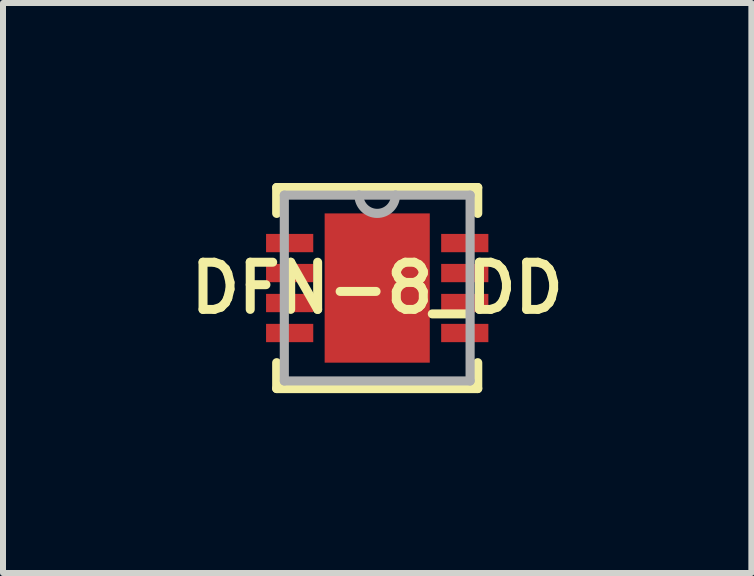
<source format=kicad_pcb>
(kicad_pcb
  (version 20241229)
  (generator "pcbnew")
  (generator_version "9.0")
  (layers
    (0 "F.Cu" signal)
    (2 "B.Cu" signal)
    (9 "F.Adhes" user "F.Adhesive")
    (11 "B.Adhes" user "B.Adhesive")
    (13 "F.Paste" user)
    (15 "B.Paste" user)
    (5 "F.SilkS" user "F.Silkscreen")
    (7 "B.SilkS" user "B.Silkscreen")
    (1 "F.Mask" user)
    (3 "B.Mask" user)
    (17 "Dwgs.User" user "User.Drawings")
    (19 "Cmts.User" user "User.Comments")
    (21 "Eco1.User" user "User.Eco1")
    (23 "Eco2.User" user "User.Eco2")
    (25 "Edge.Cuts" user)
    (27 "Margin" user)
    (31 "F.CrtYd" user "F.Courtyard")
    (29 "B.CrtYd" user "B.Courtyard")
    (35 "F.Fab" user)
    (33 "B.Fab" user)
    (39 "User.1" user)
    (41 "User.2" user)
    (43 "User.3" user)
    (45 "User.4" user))
  (footprint "DFN-8_DD"
    (layer "F.Cu")
    (at 3.24 1.753)
    (property "Reference" "DFN-8_DD" (at 0 0 0) (layer "F.SilkS") (effects (font (size 0.787 0.787) (thickness 0.15))))
    (attr smd)
    (fp_line (start -1.676 -1.676) (end -1.676 -1.245) (stroke (width 0.152) (type solid)) (layer "F.SilkS"))
    (fp_line (start -1.676 1.245) (end -1.676 1.676) (stroke (width 0.152) (type solid)) (layer "F.SilkS"))
    (fp_line (start -1.676 1.676) (end 1.676 1.676) (stroke (width 0.152) (type solid)) (layer "F.SilkS"))
    (fp_line (start 1.676 -1.676) (end -1.676 -1.676) (stroke (width 0.152) (type solid)) (layer "F.SilkS"))
    (fp_line (start 1.676 -1.245) (end 1.676 -1.676) (stroke (width 0.152) (type solid)) (layer "F.SilkS"))
    (fp_line (start 1.676 1.676) (end 1.676 1.245) (stroke (width 0.152) (type solid)) (layer "F.SilkS"))
    (fp_poly (pts (xy -0.876 -1.245) (xy -0.876 1.245) (xy 0.876 1.245) (xy 0.876 -1.245)) (stroke (width 0.025) (type solid)) (fill yes) (layer "F.Paste"))
    (fp_line (start -1.549 -1.549) (end -1.549 1.549) (stroke (width 0.152) (type solid)) (layer "F.Fab"))
    (fp_line (start -1.549 1.549) (end 1.549 1.549) (stroke (width 0.152) (type solid)) (layer "F.Fab"))
    (fp_line (start -0.305 -1.549) (end -1.549 -1.549) (stroke (width 0.152) (type solid)) (layer "F.Fab"))
    (fp_line (start 0.305 -1.549) (end -0.305 -1.549) (stroke (width 0.152) (type solid)) (layer "F.Fab"))
    (fp_line (start 1.549 -1.549) (end 0.305 -1.549) (stroke (width 0.152) (type solid)) (layer "F.Fab"))
    (fp_line (start 1.549 1.549) (end 1.549 -1.549) (stroke (width 0.152) (type solid)) (layer "F.Fab"))
    (fp_arc (start 0.3048 -1.5494) (mid 0 -1.2446) (end -0.3048 -1.5494) (stroke (width 0.1524) (type solid)) (layer "F.Fab"))
    (pad "1" smd rect (at -1.46 -0.75) (size 0.787 0.305) (layers "F.Cu" "F.Mask" "F.Paste"))
    (pad "2" smd rect (at -1.46 -0.25) (size 0.787 0.305) (layers "F.Cu" "F.Mask" "F.Paste"))
    (pad "3" smd rect (at -1.46 0.25) (size 0.787 0.305) (layers "F.Cu" "F.Mask" "F.Paste"))
    (pad "4" smd rect (at -1.46 0.75) (size 0.787 0.305) (layers "F.Cu" "F.Mask" "F.Paste"))
    (pad "5" smd rect (at 1.46 0.75) (size 0.787 0.305) (layers "F.Cu" "F.Mask" "F.Paste"))
    (pad "6" smd rect (at 1.46 0.25) (size 0.787 0.305) (layers "F.Cu" "F.Mask" "F.Paste"))
    (pad "7" smd rect (at 1.46 -0.25) (size 0.787 0.305) (layers "F.Cu" "F.Mask" "F.Paste"))
    (pad "8" smd rect (at 1.46 -0.75) (size 0.787 0.305) (layers "F.Cu" "F.Mask" "F.Paste"))
    (pad "9" smd rect (at 0 0) (size 1.753 2.489) (layers "F.Cu" "F.Mask")))
  (gr_rect
    (start -3 -3)
    (end 9.479 6.505)
    (stroke (width 0.1) (type default))
    (fill no)
    (layer "Edge.Cuts")))
</source>
